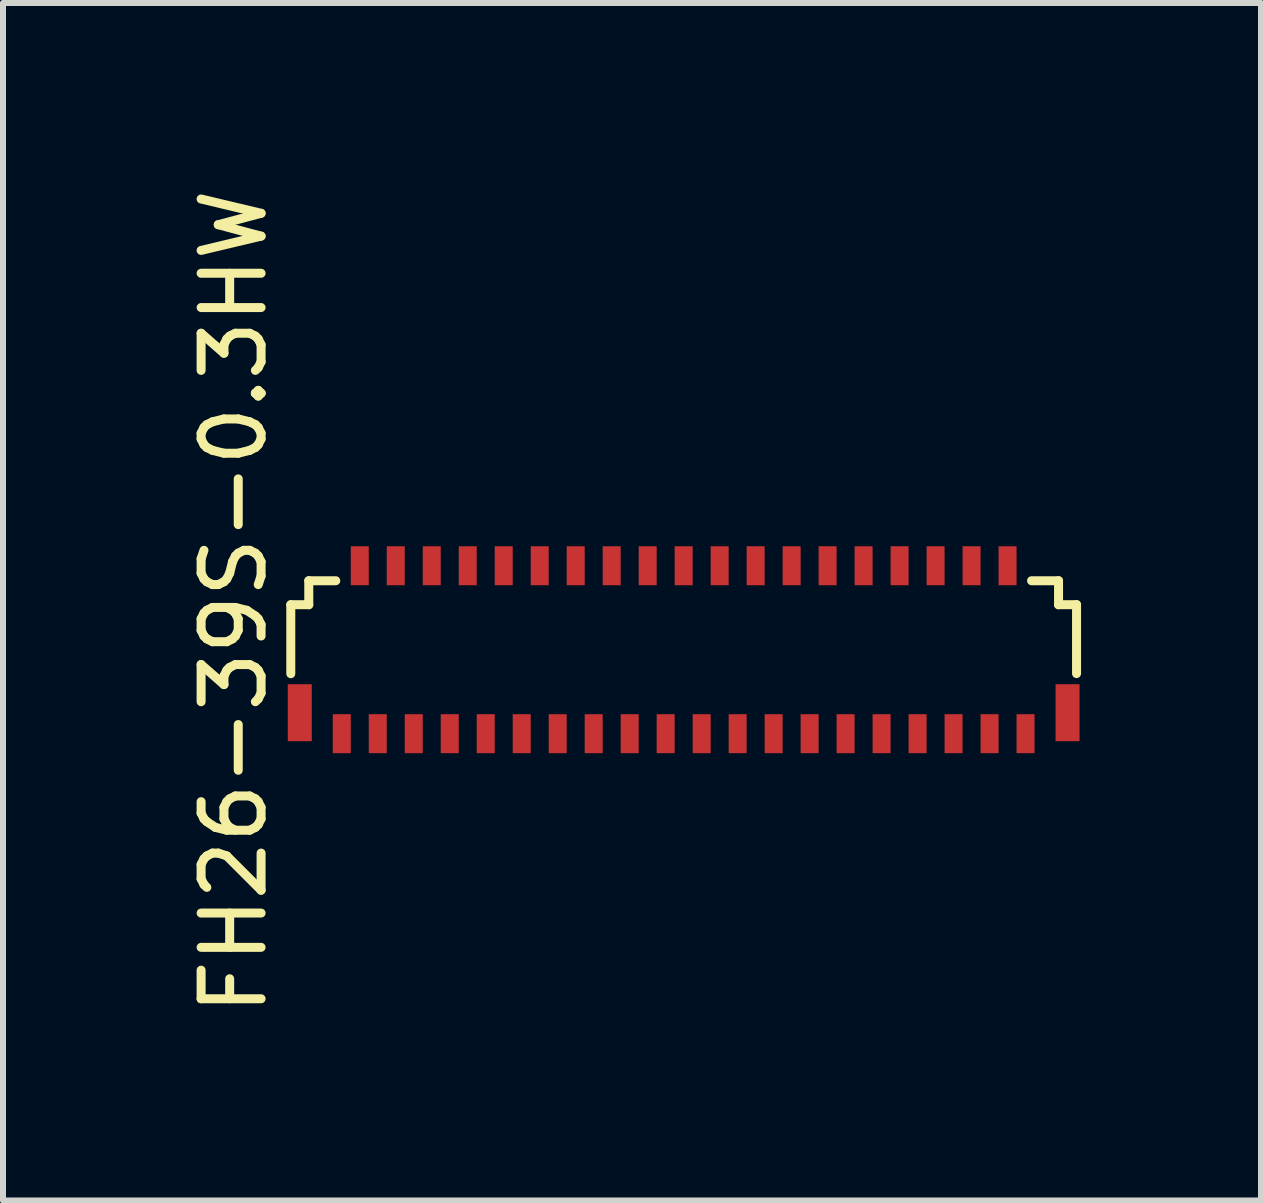
<source format=kicad_pcb>
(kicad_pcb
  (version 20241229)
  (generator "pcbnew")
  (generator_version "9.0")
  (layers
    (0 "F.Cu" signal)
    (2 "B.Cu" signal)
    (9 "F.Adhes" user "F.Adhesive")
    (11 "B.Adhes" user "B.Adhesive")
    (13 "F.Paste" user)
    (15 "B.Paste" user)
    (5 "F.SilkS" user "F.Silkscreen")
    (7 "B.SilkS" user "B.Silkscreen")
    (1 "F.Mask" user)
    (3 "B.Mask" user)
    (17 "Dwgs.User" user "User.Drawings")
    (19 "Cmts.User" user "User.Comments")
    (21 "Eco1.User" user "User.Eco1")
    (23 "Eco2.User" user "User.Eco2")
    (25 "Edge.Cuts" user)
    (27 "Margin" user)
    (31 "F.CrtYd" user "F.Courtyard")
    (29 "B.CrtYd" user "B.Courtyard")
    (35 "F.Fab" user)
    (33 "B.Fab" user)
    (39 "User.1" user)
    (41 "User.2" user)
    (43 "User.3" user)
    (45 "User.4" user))
  (footprint "FH26-39S-0.3HW"
    (layer "F.Cu")
    (at 8.348 7.782)
    (property "Reference" "FH26-39S-0.3HW" (at -7.5 -0.8 90) (layer "F.SilkS") (effects (font (size 1 1) (thickness 0.15))))
    (attr through_hole)
    (fp_line (start -6.55 -0.75) (end -6.55 0.4) (stroke (width 0.15) (type solid)) (layer "F.SilkS"))
    (fp_line (start -6.25 -1.15) (end -6.25 -0.75) (stroke (width 0.15) (type solid)) (layer "F.SilkS"))
    (fp_line (start -6.25 -0.75) (end -6.55 -0.75) (stroke (width 0.15) (type solid)) (layer "F.SilkS"))
    (fp_line (start -5.8 -1.15) (end -6.25 -1.15) (stroke (width 0.15) (type solid)) (layer "F.SilkS"))
    (fp_line (start 6.25 -1.15) (end 5.8 -1.15) (stroke (width 0.15) (type solid)) (layer "F.SilkS"))
    (fp_line (start 6.25 -1.15) (end 6.25 -0.75) (stroke (width 0.15) (type solid)) (layer "F.SilkS"))
    (fp_line (start 6.55 -0.752) (end 6.55 0.398) (stroke (width 0.15) (type solid)) (layer "F.SilkS"))
    (fp_line (start 6.55 -0.75) (end 6.25 -0.75) (stroke (width 0.15) (type solid)) (layer "F.SilkS"))
    (pad "1" smd rect (at -5.7 1.4) (size 0.3 0.65) (layers "F.Cu" "F.Mask" "F.Paste"))
    (pad "2" smd rect (at -5.4 -1.4) (size 0.3 0.65) (layers "F.Cu" "F.Mask" "F.Paste"))
    (pad "3" smd rect (at -5.1 1.4) (size 0.3 0.65) (layers "F.Cu" "F.Mask" "F.Paste"))
    (pad "4" smd rect (at -4.8 -1.4) (size 0.3 0.65) (layers "F.Cu" "F.Mask" "F.Paste"))
    (pad "5" smd rect (at -4.5 1.4) (size 0.3 0.65) (layers "F.Cu" "F.Mask" "F.Paste"))
    (pad "6" smd rect (at -4.2 -1.4) (size 0.3 0.65) (layers "F.Cu" "F.Mask" "F.Paste"))
    (pad "7" smd rect (at -3.9 1.4) (size 0.3 0.65) (layers "F.Cu" "F.Mask" "F.Paste"))
    (pad "8" smd rect (at -3.6 -1.4) (size 0.3 0.65) (layers "F.Cu" "F.Mask" "F.Paste"))
    (pad "9" smd rect (at -3.3 1.4) (size 0.3 0.65) (layers "F.Cu" "F.Mask" "F.Paste"))
    (pad "10" smd rect (at -3 -1.4) (size 0.3 0.65) (layers "F.Cu" "F.Mask" "F.Paste"))
    (pad "11" smd rect (at -2.7 1.4) (size 0.3 0.65) (layers "F.Cu" "F.Mask" "F.Paste"))
    (pad "12" smd rect (at -2.4 -1.4) (size 0.3 0.65) (layers "F.Cu" "F.Mask" "F.Paste"))
    (pad "13" smd rect (at -2.1 1.4) (size 0.3 0.65) (layers "F.Cu" "F.Mask" "F.Paste"))
    (pad "14" smd rect (at -1.8 -1.4) (size 0.3 0.65) (layers "F.Cu" "F.Mask" "F.Paste"))
    (pad "15" smd rect (at -1.5 1.4) (size 0.3 0.65) (layers "F.Cu" "F.Mask" "F.Paste"))
    (pad "16" smd rect (at -1.2 -1.4) (size 0.3 0.65) (layers "F.Cu" "F.Mask" "F.Paste"))
    (pad "17" smd rect (at -0.9 1.4) (size 0.3 0.65) (layers "F.Cu" "F.Mask" "F.Paste"))
    (pad "18" smd rect (at -0.6 -1.4) (size 0.3 0.65) (layers "F.Cu" "F.Mask" "F.Paste"))
    (pad "19" smd rect (at -0.3 1.4) (size 0.3 0.65) (layers "F.Cu" "F.Mask" "F.Paste"))
    (pad "20" smd rect (at 0 -1.4) (size 0.3 0.65) (layers "F.Cu" "F.Mask" "F.Paste"))
    (pad "21" smd rect (at 0.3 1.4) (size 0.3 0.65) (layers "F.Cu" "F.Mask" "F.Paste"))
    (pad "22" smd rect (at 0.6 -1.4) (size 0.3 0.65) (layers "F.Cu" "F.Mask" "F.Paste"))
    (pad "23" smd rect (at 0.9 1.4) (size 0.3 0.65) (layers "F.Cu" "F.Mask" "F.Paste"))
    (pad "24" smd rect (at 1.2 -1.4) (size 0.3 0.65) (layers "F.Cu" "F.Mask" "F.Paste"))
    (pad "25" smd rect (at 1.5 1.4) (size 0.3 0.65) (layers "F.Cu" "F.Mask" "F.Paste"))
    (pad "26" smd rect (at 1.8 -1.4) (size 0.3 0.65) (layers "F.Cu" "F.Mask" "F.Paste"))
    (pad "27" smd rect (at 2.1 1.4) (size 0.3 0.65) (layers "F.Cu" "F.Mask" "F.Paste"))
    (pad "28" smd rect (at 2.4 -1.4) (size 0.3 0.65) (layers "F.Cu" "F.Mask" "F.Paste"))
    (pad "29" smd rect (at 2.7 1.4) (size 0.3 0.65) (layers "F.Cu" "F.Mask" "F.Paste"))
    (pad "30" smd rect (at 3 -1.4) (size 0.3 0.65) (layers "F.Cu" "F.Mask" "F.Paste"))
    (pad "31" smd rect (at 3.3 1.4) (size 0.3 0.65) (layers "F.Cu" "F.Mask" "F.Paste"))
    (pad "32" smd rect (at 3.6 -1.4) (size 0.3 0.65) (layers "F.Cu" "F.Mask" "F.Paste"))
    (pad "33" smd rect (at 3.9 1.4) (size 0.3 0.65) (layers "F.Cu" "F.Mask" "F.Paste"))
    (pad "34" smd rect (at 4.2 -1.4) (size 0.3 0.65) (layers "F.Cu" "F.Mask" "F.Paste"))
    (pad "35" smd rect (at 4.5 1.4) (size 0.3 0.65) (layers "F.Cu" "F.Mask" "F.Paste"))
    (pad "36" smd rect (at 4.8 -1.4) (size 0.3 0.65) (layers "F.Cu" "F.Mask" "F.Paste"))
    (pad "37" smd rect (at 5.1 1.4) (size 0.3 0.65) (layers "F.Cu" "F.Mask" "F.Paste"))
    (pad "38" smd rect (at 5.4 -1.4) (size 0.3 0.65) (layers "F.Cu" "F.Mask" "F.Paste"))
    (pad "39" smd rect (at 5.7 1.4) (size 0.3 0.65) (layers "F.Cu" "F.Mask" "F.Paste"))
    (pad "S" smd rect (at -6.4 1.05) (size 0.4 0.95) (layers "F.Cu" "F.Mask" "F.Paste"))
    (pad "S" smd rect (at 6.4 1.05) (size 0.4 0.95) (layers "F.Cu" "F.Mask" "F.Paste")))
  (gr_rect
    (start -3 -3)
    (end 17.973 16.964)
    (stroke (width 0.1) (type default))
    (fill no)
    (layer "Edge.Cuts")))
</source>
